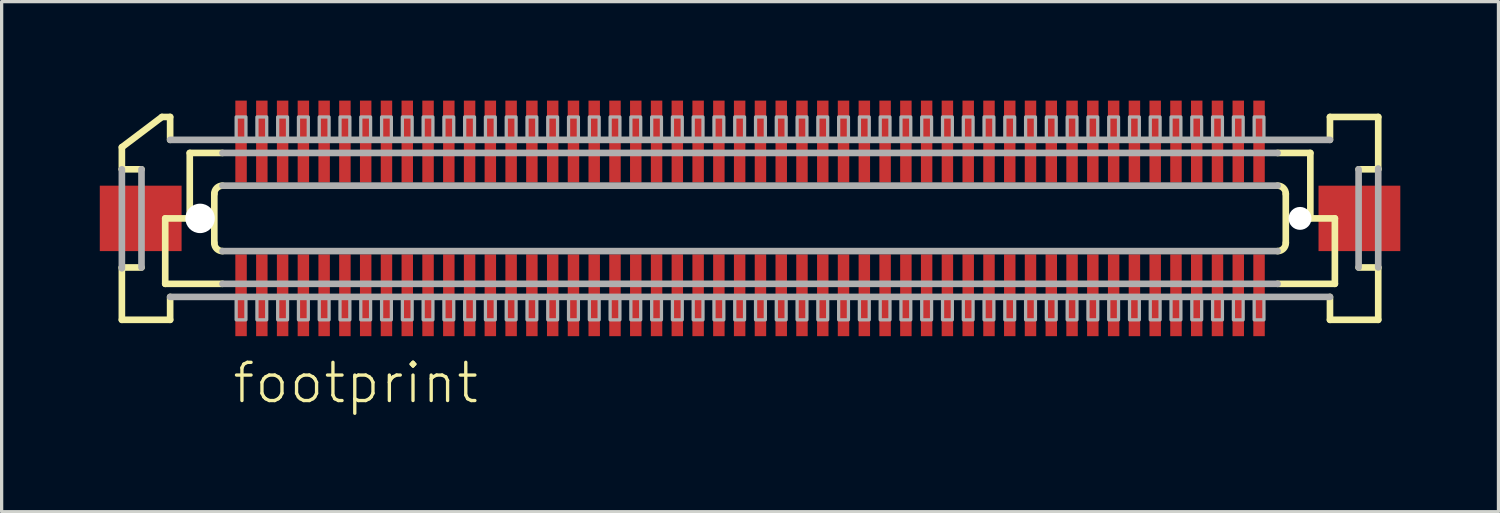
<source format=kicad_pcb>
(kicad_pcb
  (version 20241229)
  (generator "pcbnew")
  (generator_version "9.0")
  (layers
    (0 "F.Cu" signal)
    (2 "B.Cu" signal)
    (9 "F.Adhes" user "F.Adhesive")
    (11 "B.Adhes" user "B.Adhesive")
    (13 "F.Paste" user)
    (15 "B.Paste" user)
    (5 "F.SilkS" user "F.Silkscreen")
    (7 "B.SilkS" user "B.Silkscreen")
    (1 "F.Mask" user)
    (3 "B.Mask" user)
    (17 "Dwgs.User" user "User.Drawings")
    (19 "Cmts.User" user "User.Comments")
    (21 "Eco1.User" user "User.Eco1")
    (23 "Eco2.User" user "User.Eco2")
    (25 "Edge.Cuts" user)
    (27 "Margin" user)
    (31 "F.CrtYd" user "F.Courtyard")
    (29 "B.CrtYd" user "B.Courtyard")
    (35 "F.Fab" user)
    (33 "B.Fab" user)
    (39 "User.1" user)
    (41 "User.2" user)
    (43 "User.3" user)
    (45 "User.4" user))
  (footprint "footprint"
    (layer "F.Cu")
    (at 19.875 3.625)
    (property "Reference" "footprint" (at -15.875 5.715 0) (layer "F.SilkS") (effects (font (size 1.168 1.168) (thickness 0.102)) (justify left bottom)))
    (fp_poly (pts (xy -15.758 -1.075) (xy -15.357 -1.075) (xy -15.357 -3.625) (xy -15.758 -3.625)) (stroke (width 0) (type solid)) (fill yes) (layer "F.Mask"))
    (fp_poly (pts (xy -15.357 1.075) (xy -15.758 1.075) (xy -15.758 3.625) (xy -15.357 3.625)) (stroke (width 0) (type solid)) (fill yes) (layer "F.Mask"))
    (fp_poly (pts (xy -15.123 -1.075) (xy -14.723 -1.075) (xy -14.723 -3.625) (xy -15.123 -3.625)) (stroke (width 0) (type solid)) (fill yes) (layer "F.Mask"))
    (fp_poly (pts (xy -14.723 1.075) (xy -15.123 1.075) (xy -15.123 3.625) (xy -14.723 3.625)) (stroke (width 0) (type solid)) (fill yes) (layer "F.Mask"))
    (fp_poly (pts (xy -14.488 -1.075) (xy -14.088 -1.075) (xy -14.088 -3.625) (xy -14.488 -3.625)) (stroke (width 0) (type solid)) (fill yes) (layer "F.Mask"))
    (fp_poly (pts (xy -14.088 1.075) (xy -14.488 1.075) (xy -14.488 3.625) (xy -14.088 3.625)) (stroke (width 0) (type solid)) (fill yes) (layer "F.Mask"))
    (fp_poly (pts (xy -13.852 -1.075) (xy -13.453 -1.075) (xy -13.453 -3.625) (xy -13.852 -3.625)) (stroke (width 0) (type solid)) (fill yes) (layer "F.Mask"))
    (fp_poly (pts (xy -13.453 1.075) (xy -13.852 1.075) (xy -13.852 3.625) (xy -13.453 3.625)) (stroke (width 0) (type solid)) (fill yes) (layer "F.Mask"))
    (fp_poly (pts (xy -13.217 -1.075) (xy -12.818 -1.075) (xy -12.818 -3.625) (xy -13.217 -3.625)) (stroke (width 0) (type solid)) (fill yes) (layer "F.Mask"))
    (fp_poly (pts (xy -12.818 1.075) (xy -13.217 1.075) (xy -13.217 3.625) (xy -12.818 3.625)) (stroke (width 0) (type solid)) (fill yes) (layer "F.Mask"))
    (fp_poly (pts (xy -12.582 -1.075) (xy -12.182 -1.075) (xy -12.182 -3.625) (xy -12.582 -3.625)) (stroke (width 0) (type solid)) (fill yes) (layer "F.Mask"))
    (fp_poly (pts (xy -12.182 1.075) (xy -12.582 1.075) (xy -12.582 3.625) (xy -12.182 3.625)) (stroke (width 0) (type solid)) (fill yes) (layer "F.Mask"))
    (fp_poly (pts (xy -11.947 -1.075) (xy -11.547 -1.075) (xy -11.547 -3.625) (xy -11.947 -3.625)) (stroke (width 0) (type solid)) (fill yes) (layer "F.Mask"))
    (fp_poly (pts (xy -11.547 1.075) (xy -11.947 1.075) (xy -11.947 3.625) (xy -11.547 3.625)) (stroke (width 0) (type solid)) (fill yes) (layer "F.Mask"))
    (fp_poly (pts (xy -11.312 -1.075) (xy -10.912 -1.075) (xy -10.912 -3.625) (xy -11.312 -3.625)) (stroke (width 0) (type solid)) (fill yes) (layer "F.Mask"))
    (fp_poly (pts (xy -10.912 1.075) (xy -11.312 1.075) (xy -11.312 3.625) (xy -10.912 3.625)) (stroke (width 0) (type solid)) (fill yes) (layer "F.Mask"))
    (fp_poly (pts (xy -10.678 -1.075) (xy -10.277 -1.075) (xy -10.277 -3.625) (xy -10.678 -3.625)) (stroke (width 0) (type solid)) (fill yes) (layer "F.Mask"))
    (fp_poly (pts (xy -10.277 1.075) (xy -10.678 1.075) (xy -10.678 3.625) (xy -10.277 3.625)) (stroke (width 0) (type solid)) (fill yes) (layer "F.Mask"))
    (fp_poly (pts (xy -10.043 -1.075) (xy -9.643 -1.075) (xy -9.643 -3.625) (xy -10.043 -3.625)) (stroke (width 0) (type solid)) (fill yes) (layer "F.Mask"))
    (fp_poly (pts (xy -9.643 1.075) (xy -10.043 1.075) (xy -10.043 3.625) (xy -9.643 3.625)) (stroke (width 0) (type solid)) (fill yes) (layer "F.Mask"))
    (fp_poly (pts (xy -9.408 -1.075) (xy -9.008 -1.075) (xy -9.008 -3.625) (xy -9.408 -3.625)) (stroke (width 0) (type solid)) (fill yes) (layer "F.Mask"))
    (fp_poly (pts (xy -9.008 1.075) (xy -9.408 1.075) (xy -9.408 3.625) (xy -9.008 3.625)) (stroke (width 0) (type solid)) (fill yes) (layer "F.Mask"))
    (fp_poly (pts (xy -8.773 -1.075) (xy -8.373 -1.075) (xy -8.373 -3.625) (xy -8.773 -3.625)) (stroke (width 0) (type solid)) (fill yes) (layer "F.Mask"))
    (fp_poly (pts (xy -8.373 1.075) (xy -8.773 1.075) (xy -8.773 3.625) (xy -8.373 3.625)) (stroke (width 0) (type solid)) (fill yes) (layer "F.Mask"))
    (fp_poly (pts (xy -8.137 -1.075) (xy -7.737 -1.075) (xy -7.737 -3.625) (xy -8.137 -3.625)) (stroke (width 0) (type solid)) (fill yes) (layer "F.Mask"))
    (fp_poly (pts (xy -7.737 1.075) (xy -8.137 1.075) (xy -8.137 3.625) (xy -7.737 3.625)) (stroke (width 0) (type solid)) (fill yes) (layer "F.Mask"))
    (fp_poly (pts (xy -7.503 -1.075) (xy -7.103 -1.075) (xy -7.103 -3.625) (xy -7.503 -3.625)) (stroke (width 0) (type solid)) (fill yes) (layer "F.Mask"))
    (fp_poly (pts (xy -7.103 1.075) (xy -7.503 1.075) (xy -7.503 3.625) (xy -7.103 3.625)) (stroke (width 0) (type solid)) (fill yes) (layer "F.Mask"))
    (fp_poly (pts (xy -6.867 -1.075) (xy -6.468 -1.075) (xy -6.468 -3.625) (xy -6.867 -3.625)) (stroke (width 0) (type solid)) (fill yes) (layer "F.Mask"))
    (fp_poly (pts (xy -6.468 1.075) (xy -6.867 1.075) (xy -6.867 3.625) (xy -6.468 3.625)) (stroke (width 0) (type solid)) (fill yes) (layer "F.Mask"))
    (fp_poly (pts (xy -6.232 -1.075) (xy -5.832 -1.075) (xy -5.832 -3.625) (xy -6.232 -3.625)) (stroke (width 0) (type solid)) (fill yes) (layer "F.Mask"))
    (fp_poly (pts (xy -5.832 1.075) (xy -6.232 1.075) (xy -6.232 3.625) (xy -5.832 3.625)) (stroke (width 0) (type solid)) (fill yes) (layer "F.Mask"))
    (fp_poly (pts (xy -5.598 -1.075) (xy -5.197 -1.075) (xy -5.197 -3.625) (xy -5.598 -3.625)) (stroke (width 0) (type solid)) (fill yes) (layer "F.Mask"))
    (fp_poly (pts (xy -5.197 1.075) (xy -5.598 1.075) (xy -5.598 3.625) (xy -5.197 3.625)) (stroke (width 0) (type solid)) (fill yes) (layer "F.Mask"))
    (fp_poly (pts (xy -4.963 -1.075) (xy -4.562 -1.075) (xy -4.562 -3.625) (xy -4.963 -3.625)) (stroke (width 0) (type solid)) (fill yes) (layer "F.Mask"))
    (fp_poly (pts (xy -4.562 1.075) (xy -4.963 1.075) (xy -4.963 3.625) (xy -4.562 3.625)) (stroke (width 0) (type solid)) (fill yes) (layer "F.Mask"))
    (fp_poly (pts (xy -4.327 -1.075) (xy -3.928 -1.075) (xy -3.928 -3.625) (xy -4.327 -3.625)) (stroke (width 0) (type solid)) (fill yes) (layer "F.Mask"))
    (fp_poly (pts (xy -3.928 1.075) (xy -4.327 1.075) (xy -4.327 3.625) (xy -3.928 3.625)) (stroke (width 0) (type solid)) (fill yes) (layer "F.Mask"))
    (fp_poly (pts (xy -3.692 -1.075) (xy -3.292 -1.075) (xy -3.292 -3.625) (xy -3.692 -3.625)) (stroke (width 0) (type solid)) (fill yes) (layer "F.Mask"))
    (fp_poly (pts (xy -3.292 1.075) (xy -3.692 1.075) (xy -3.692 3.625) (xy -3.292 3.625)) (stroke (width 0) (type solid)) (fill yes) (layer "F.Mask"))
    (fp_poly (pts (xy -3.058 -1.075) (xy -2.658 -1.075) (xy -2.658 -3.625) (xy -3.058 -3.625)) (stroke (width 0) (type solid)) (fill yes) (layer "F.Mask"))
    (fp_poly (pts (xy -2.658 1.075) (xy -3.058 1.075) (xy -3.058 3.625) (xy -2.658 3.625)) (stroke (width 0) (type solid)) (fill yes) (layer "F.Mask"))
    (fp_poly (pts (xy -2.422 -1.075) (xy -2.022 -1.075) (xy -2.022 -3.625) (xy -2.422 -3.625)) (stroke (width 0) (type solid)) (fill yes) (layer "F.Mask"))
    (fp_poly (pts (xy -2.022 1.075) (xy -2.422 1.075) (xy -2.422 3.625) (xy -2.022 3.625)) (stroke (width 0) (type solid)) (fill yes) (layer "F.Mask"))
    (fp_poly (pts (xy -1.788 -1.075) (xy -1.387 -1.075) (xy -1.387 -3.625) (xy -1.788 -3.625)) (stroke (width 0) (type solid)) (fill yes) (layer "F.Mask"))
    (fp_poly (pts (xy -1.387 1.075) (xy -1.788 1.075) (xy -1.788 3.625) (xy -1.387 3.625)) (stroke (width 0) (type solid)) (fill yes) (layer "F.Mask"))
    (fp_poly (pts (xy -1.153 -1.075) (xy -0.752 -1.075) (xy -0.752 -3.625) (xy -1.153 -3.625)) (stroke (width 0) (type solid)) (fill yes) (layer "F.Mask"))
    (fp_poly (pts (xy -0.752 1.075) (xy -1.153 1.075) (xy -1.153 3.625) (xy -0.752 3.625)) (stroke (width 0) (type solid)) (fill yes) (layer "F.Mask"))
    (fp_poly (pts (xy -0.517 -1.075) (xy -0.117 -1.075) (xy -0.117 -3.625) (xy -0.517 -3.625)) (stroke (width 0) (type solid)) (fill yes) (layer "F.Mask"))
    (fp_poly (pts (xy -0.117 1.075) (xy -0.517 1.075) (xy -0.517 3.625) (xy -0.117 3.625)) (stroke (width 0) (type solid)) (fill yes) (layer "F.Mask"))
    (fp_poly (pts (xy 0.117 -1.075) (xy 0.517 -1.075) (xy 0.517 -3.625) (xy 0.117 -3.625)) (stroke (width 0) (type solid)) (fill yes) (layer "F.Mask"))
    (fp_poly (pts (xy 0.517 1.075) (xy 0.117 1.075) (xy 0.117 3.625) (xy 0.517 3.625)) (stroke (width 0) (type solid)) (fill yes) (layer "F.Mask"))
    (fp_poly (pts (xy 0.752 -1.075) (xy 1.153 -1.075) (xy 1.153 -3.625) (xy 0.752 -3.625)) (stroke (width 0) (type solid)) (fill yes) (layer "F.Mask"))
    (fp_poly (pts (xy 1.153 1.075) (xy 0.752 1.075) (xy 0.752 3.625) (xy 1.153 3.625)) (stroke (width 0) (type solid)) (fill yes) (layer "F.Mask"))
    (fp_poly (pts (xy 1.387 -1.075) (xy 1.788 -1.075) (xy 1.788 -3.625) (xy 1.387 -3.625)) (stroke (width 0) (type solid)) (fill yes) (layer "F.Mask"))
    (fp_poly (pts (xy 1.788 1.075) (xy 1.387 1.075) (xy 1.387 3.625) (xy 1.788 3.625)) (stroke (width 0) (type solid)) (fill yes) (layer "F.Mask"))
    (fp_poly (pts (xy 2.022 -1.075) (xy 2.422 -1.075) (xy 2.422 -3.625) (xy 2.022 -3.625)) (stroke (width 0) (type solid)) (fill yes) (layer "F.Mask"))
    (fp_poly (pts (xy 2.422 1.075) (xy 2.022 1.075) (xy 2.022 3.625) (xy 2.422 3.625)) (stroke (width 0) (type solid)) (fill yes) (layer "F.Mask"))
    (fp_poly (pts (xy 2.658 -1.075) (xy 3.058 -1.075) (xy 3.058 -3.625) (xy 2.658 -3.625)) (stroke (width 0) (type solid)) (fill yes) (layer "F.Mask"))
    (fp_poly (pts (xy 3.058 1.075) (xy 2.658 1.075) (xy 2.658 3.625) (xy 3.058 3.625)) (stroke (width 0) (type solid)) (fill yes) (layer "F.Mask"))
    (fp_poly (pts (xy 3.292 -1.075) (xy 3.692 -1.075) (xy 3.692 -3.625) (xy 3.292 -3.625)) (stroke (width 0) (type solid)) (fill yes) (layer "F.Mask"))
    (fp_poly (pts (xy 3.692 1.075) (xy 3.292 1.075) (xy 3.292 3.625) (xy 3.692 3.625)) (stroke (width 0) (type solid)) (fill yes) (layer "F.Mask"))
    (fp_poly (pts (xy 3.928 -1.075) (xy 4.327 -1.075) (xy 4.327 -3.625) (xy 3.928 -3.625)) (stroke (width 0) (type solid)) (fill yes) (layer "F.Mask"))
    (fp_poly (pts (xy 4.327 1.075) (xy 3.928 1.075) (xy 3.928 3.625) (xy 4.327 3.625)) (stroke (width 0) (type solid)) (fill yes) (layer "F.Mask"))
    (fp_poly (pts (xy 4.562 -1.075) (xy 4.963 -1.075) (xy 4.963 -3.625) (xy 4.562 -3.625)) (stroke (width 0) (type solid)) (fill yes) (layer "F.Mask"))
    (fp_poly (pts (xy 4.963 1.075) (xy 4.562 1.075) (xy 4.562 3.625) (xy 4.963 3.625)) (stroke (width 0) (type solid)) (fill yes) (layer "F.Mask"))
    (fp_poly (pts (xy 5.197 -1.075) (xy 5.598 -1.075) (xy 5.598 -3.625) (xy 5.197 -3.625)) (stroke (width 0) (type solid)) (fill yes) (layer "F.Mask"))
    (fp_poly (pts (xy 5.598 1.075) (xy 5.197 1.075) (xy 5.197 3.625) (xy 5.598 3.625)) (stroke (width 0) (type solid)) (fill yes) (layer "F.Mask"))
    (fp_poly (pts (xy 5.832 -1.075) (xy 6.232 -1.075) (xy 6.232 -3.625) (xy 5.832 -3.625)) (stroke (width 0) (type solid)) (fill yes) (layer "F.Mask"))
    (fp_poly (pts (xy 6.232 1.075) (xy 5.832 1.075) (xy 5.832 3.625) (xy 6.232 3.625)) (stroke (width 0) (type solid)) (fill yes) (layer "F.Mask"))
    (fp_poly (pts (xy 6.468 -1.075) (xy 6.867 -1.075) (xy 6.867 -3.625) (xy 6.468 -3.625)) (stroke (width 0) (type solid)) (fill yes) (layer "F.Mask"))
    (fp_poly (pts (xy 6.867 1.075) (xy 6.468 1.075) (xy 6.468 3.625) (xy 6.867 3.625)) (stroke (width 0) (type solid)) (fill yes) (layer "F.Mask"))
    (fp_poly (pts (xy 7.103 -1.075) (xy 7.503 -1.075) (xy 7.503 -3.625) (xy 7.103 -3.625)) (stroke (width 0) (type solid)) (fill yes) (layer "F.Mask"))
    (fp_poly (pts (xy 7.503 1.075) (xy 7.103 1.075) (xy 7.103 3.625) (xy 7.503 3.625)) (stroke (width 0) (type solid)) (fill yes) (layer "F.Mask"))
    (fp_poly (pts (xy 7.737 -1.075) (xy 8.137 -1.075) (xy 8.137 -3.625) (xy 7.737 -3.625)) (stroke (width 0) (type solid)) (fill yes) (layer "F.Mask"))
    (fp_poly (pts (xy 8.137 1.075) (xy 7.737 1.075) (xy 7.737 3.625) (xy 8.137 3.625)) (stroke (width 0) (type solid)) (fill yes) (layer "F.Mask"))
    (fp_poly (pts (xy 8.373 -1.075) (xy 8.773 -1.075) (xy 8.773 -3.625) (xy 8.373 -3.625)) (stroke (width 0) (type solid)) (fill yes) (layer "F.Mask"))
    (fp_poly (pts (xy 8.773 1.075) (xy 8.373 1.075) (xy 8.373 3.625) (xy 8.773 3.625)) (stroke (width 0) (type solid)) (fill yes) (layer "F.Mask"))
    (fp_poly (pts (xy 9.008 -1.075) (xy 9.408 -1.075) (xy 9.408 -3.625) (xy 9.008 -3.625)) (stroke (width 0) (type solid)) (fill yes) (layer "F.Mask"))
    (fp_poly (pts (xy 9.408 1.075) (xy 9.008 1.075) (xy 9.008 3.625) (xy 9.408 3.625)) (stroke (width 0) (type solid)) (fill yes) (layer "F.Mask"))
    (fp_poly (pts (xy 9.643 -1.075) (xy 10.043 -1.075) (xy 10.043 -3.625) (xy 9.643 -3.625)) (stroke (width 0) (type solid)) (fill yes) (layer "F.Mask"))
    (fp_poly (pts (xy 10.043 1.075) (xy 9.643 1.075) (xy 9.643 3.625) (xy 10.043 3.625)) (stroke (width 0) (type solid)) (fill yes) (layer "F.Mask"))
    (fp_poly (pts (xy 10.277 -1.075) (xy 10.678 -1.075) (xy 10.678 -3.625) (xy 10.277 -3.625)) (stroke (width 0) (type solid)) (fill yes) (layer "F.Mask"))
    (fp_poly (pts (xy 10.678 1.075) (xy 10.277 1.075) (xy 10.277 3.625) (xy 10.678 3.625)) (stroke (width 0) (type solid)) (fill yes) (layer "F.Mask"))
    (fp_poly (pts (xy 10.912 -1.075) (xy 11.312 -1.075) (xy 11.312 -3.625) (xy 10.912 -3.625)) (stroke (width 0) (type solid)) (fill yes) (layer "F.Mask"))
    (fp_poly (pts (xy 11.312 1.075) (xy 10.912 1.075) (xy 10.912 3.625) (xy 11.312 3.625)) (stroke (width 0) (type solid)) (fill yes) (layer "F.Mask"))
    (fp_poly (pts (xy 11.547 -1.075) (xy 11.947 -1.075) (xy 11.947 -3.625) (xy 11.547 -3.625)) (stroke (width 0) (type solid)) (fill yes) (layer "F.Mask"))
    (fp_poly (pts (xy 11.947 1.075) (xy 11.547 1.075) (xy 11.547 3.625) (xy 11.947 3.625)) (stroke (width 0) (type solid)) (fill yes) (layer "F.Mask"))
    (fp_poly (pts (xy 12.182 -1.075) (xy 12.582 -1.075) (xy 12.582 -3.625) (xy 12.182 -3.625)) (stroke (width 0) (type solid)) (fill yes) (layer "F.Mask"))
    (fp_poly (pts (xy 12.582 1.075) (xy 12.182 1.075) (xy 12.182 3.625) (xy 12.582 3.625)) (stroke (width 0) (type solid)) (fill yes) (layer "F.Mask"))
    (fp_poly (pts (xy 12.818 -1.075) (xy 13.217 -1.075) (xy 13.217 -3.625) (xy 12.818 -3.625)) (stroke (width 0) (type solid)) (fill yes) (layer "F.Mask"))
    (fp_poly (pts (xy 13.217 1.075) (xy 12.818 1.075) (xy 12.818 3.625) (xy 13.217 3.625)) (stroke (width 0) (type solid)) (fill yes) (layer "F.Mask"))
    (fp_poly (pts (xy 13.453 -1.075) (xy 13.852 -1.075) (xy 13.852 -3.625) (xy 13.453 -3.625)) (stroke (width 0) (type solid)) (fill yes) (layer "F.Mask"))
    (fp_poly (pts (xy 13.852 1.075) (xy 13.453 1.075) (xy 13.453 3.625) (xy 13.852 3.625)) (stroke (width 0) (type solid)) (fill yes) (layer "F.Mask"))
    (fp_poly (pts (xy 14.088 -1.075) (xy 14.488 -1.075) (xy 14.488 -3.625) (xy 14.088 -3.625)) (stroke (width 0) (type solid)) (fill yes) (layer "F.Mask"))
    (fp_poly (pts (xy 14.488 1.075) (xy 14.088 1.075) (xy 14.088 3.625) (xy 14.488 3.625)) (stroke (width 0) (type solid)) (fill yes) (layer "F.Mask"))
    (fp_poly (pts (xy 14.723 -1.075) (xy 15.123 -1.075) (xy 15.123 -3.625) (xy 14.723 -3.625)) (stroke (width 0) (type solid)) (fill yes) (layer "F.Mask"))
    (fp_poly (pts (xy 15.123 1.075) (xy 14.723 1.075) (xy 14.723 3.625) (xy 15.123 3.625)) (stroke (width 0) (type solid)) (fill yes) (layer "F.Mask"))
    (fp_poly (pts (xy 15.357 -1.075) (xy 15.758 -1.075) (xy 15.758 -3.625) (xy 15.357 -3.625)) (stroke (width 0) (type solid)) (fill yes) (layer "F.Mask"))
    (fp_poly (pts (xy 15.758 1.075) (xy 15.357 1.075) (xy 15.357 3.625) (xy 15.758 3.625)) (stroke (width 0) (type solid)) (fill yes) (layer "F.Mask"))
    (fp_line (start -19.2 -1.5) (end -19.2 -2.175) (stroke (width 0.203) (type solid)) (layer "F.SilkS"))
    (fp_line (start -19.2 1.5) (end -18.6 1.5) (stroke (width 0.203) (type solid)) (layer "F.SilkS"))
    (fp_line (start -19.2 3.1) (end -19.2 1.5) (stroke (width 0.203) (type solid)) (layer "F.SilkS"))
    (fp_line (start -18.6 -1.5) (end -19.2 -1.5) (stroke (width 0.203) (type solid)) (layer "F.SilkS"))
    (fp_line (start -17.975 -3.1) (end -19.2 -2.175) (stroke (width 0.203) (type solid)) (layer "F.SilkS"))
    (fp_line (start -17.975 -3.1) (end -17.725 -3.1) (stroke (width 0.203) (type solid)) (layer "F.SilkS"))
    (fp_line (start -17.875 0) (end -17.875 2) (stroke (width 0.203) (type solid)) (layer "F.SilkS"))
    (fp_line (start -17.875 2) (end -16.125 2) (stroke (width 0.203) (type solid)) (layer "F.SilkS"))
    (fp_line (start -17.725 -3.1) (end -17.725 -2.4) (stroke (width 0.203) (type solid)) (layer "F.SilkS"))
    (fp_line (start -17.725 2.4) (end -17.725 3.1) (stroke (width 0.203) (type solid)) (layer "F.SilkS"))
    (fp_line (start -17.725 3.1) (end -19.2 3.1) (stroke (width 0.203) (type solid)) (layer "F.SilkS"))
    (fp_line (start -17.125 -2) (end -17.125 0) (stroke (width 0.203) (type solid)) (layer "F.SilkS"))
    (fp_line (start -17.125 0) (end -17.875 0) (stroke (width 0.203) (type solid)) (layer "F.SilkS"))
    (fp_line (start -16.375 0.75) (end -16.375 -0.75) (stroke (width 0.203) (type solid)) (layer "F.SilkS"))
    (fp_line (start -16.125 -2) (end -17.125 -2) (stroke (width 0.203) (type solid)) (layer "F.SilkS"))
    (fp_line (start 16.125 2) (end 17.875 2) (stroke (width 0.203) (type solid)) (layer "F.SilkS"))
    (fp_line (start 16.375 -0.75) (end 16.375 0.75) (stroke (width 0.203) (type solid)) (layer "F.SilkS"))
    (fp_line (start 17.125 -2) (end 16.125 -2) (stroke (width 0.203) (type solid)) (layer "F.SilkS"))
    (fp_line (start 17.125 -2) (end 17.125 0) (stroke (width 0.203) (type solid)) (layer "F.SilkS"))
    (fp_line (start 17.725 -3.1) (end 19.2 -3.1) (stroke (width 0.203) (type solid)) (layer "F.SilkS"))
    (fp_line (start 17.725 -2.4) (end 17.725 -3.1) (stroke (width 0.203) (type solid)) (layer "F.SilkS"))
    (fp_line (start 17.725 3.1) (end 17.725 2.4) (stroke (width 0.203) (type solid)) (layer "F.SilkS"))
    (fp_line (start 17.875 0) (end 17.125 0) (stroke (width 0.203) (type solid)) (layer "F.SilkS"))
    (fp_line (start 17.875 0) (end 17.875 2) (stroke (width 0.203) (type solid)) (layer "F.SilkS"))
    (fp_line (start 18.6 1.5) (end 19.2 1.5) (stroke (width 0.203) (type solid)) (layer "F.SilkS"))
    (fp_line (start 19.2 -3.1) (end 19.2 -1.5) (stroke (width 0.203) (type solid)) (layer "F.SilkS"))
    (fp_line (start 19.2 -1.5) (end 18.6 -1.5) (stroke (width 0.203) (type solid)) (layer "F.SilkS"))
    (fp_line (start 19.2 1.5) (end 19.2 3.1) (stroke (width 0.203) (type solid)) (layer "F.SilkS"))
    (fp_line (start 19.2 3.1) (end 17.725 3.1) (stroke (width 0.203) (type solid)) (layer "F.SilkS"))
    (fp_arc (start -16.375 -0.75) (mid -16.301777 -0.926777) (end -16.125 -1) (stroke (width 0.2032) (type solid)) (layer "F.SilkS"))
    (fp_arc (start -16.125 1) (mid -16.301777 0.926777) (end -16.375 0.75) (stroke (width 0.2032) (type solid)) (layer "F.SilkS"))
    (fp_arc (start 16.125 -1) (mid 16.301777 -0.926777) (end 16.375 -0.75) (stroke (width 0.2032) (type solid)) (layer "F.SilkS"))
    (fp_arc (start 16.375 0.75) (mid 16.301777 0.926777) (end 16.125 1) (stroke (width 0.2032) (type solid)) (layer "F.SilkS"))
    (fp_line (start -19.2 1.525) (end -19.2 -1.5) (stroke (width 0.203) (type solid)) (layer "F.Fab"))
    (fp_line (start -18.6 1.5) (end -18.6 -1.5) (stroke (width 0.203) (type solid)) (layer "F.Fab"))
    (fp_line (start -17.725 -2.4) (end 17.725 -2.4) (stroke (width 0.203) (type solid)) (layer "F.Fab"))
    (fp_line (start -16.125 -1) (end 16.125 -1) (stroke (width 0.203) (type solid)) (layer "F.Fab"))
    (fp_line (start -16.125 2) (end 16.125 2) (stroke (width 0.203) (type solid)) (layer "F.Fab"))
    (fp_line (start 16.125 -2) (end -16.125 -2) (stroke (width 0.203) (type solid)) (layer "F.Fab"))
    (fp_line (start 16.125 1) (end -16.125 1) (stroke (width 0.203) (type solid)) (layer "F.Fab"))
    (fp_line (start 17.725 2.4) (end -17.725 2.4) (stroke (width 0.203) (type solid)) (layer "F.Fab"))
    (fp_line (start 18.6 -1.5) (end 18.6 1.5) (stroke (width 0.203) (type solid)) (layer "F.Fab"))
    (fp_line (start 19.2 -1.525) (end 19.2 1.5) (stroke (width 0.203) (type solid)) (layer "F.Fab"))
    (fp_poly (pts (xy -15.707 3.1) (xy -15.408 3.1) (xy -15.408 2.375) (xy -15.707 2.375)) (stroke (width 0.1) (type solid)) (fill no) (layer "F.Fab"))
    (fp_poly (pts (xy -15.408 -3.1) (xy -15.707 -3.1) (xy -15.707 -2.375) (xy -15.408 -2.375)) (stroke (width 0.1) (type solid)) (fill no) (layer "F.Fab"))
    (fp_poly (pts (xy -15.072 3.1) (xy -14.773 3.1) (xy -14.773 2.375) (xy -15.072 2.375)) (stroke (width 0.1) (type solid)) (fill no) (layer "F.Fab"))
    (fp_poly (pts (xy -14.773 -3.1) (xy -15.072 -3.1) (xy -15.072 -2.375) (xy -14.773 -2.375)) (stroke (width 0.1) (type solid)) (fill no) (layer "F.Fab"))
    (fp_poly (pts (xy -14.438 3.1) (xy -14.137 3.1) (xy -14.137 2.375) (xy -14.438 2.375)) (stroke (width 0.1) (type solid)) (fill no) (layer "F.Fab"))
    (fp_poly (pts (xy -14.137 -3.1) (xy -14.438 -3.1) (xy -14.438 -2.375) (xy -14.137 -2.375)) (stroke (width 0.1) (type solid)) (fill no) (layer "F.Fab"))
    (fp_poly (pts (xy -13.803 3.1) (xy -13.502 3.1) (xy -13.502 2.375) (xy -13.803 2.375)) (stroke (width 0.1) (type solid)) (fill no) (layer "F.Fab"))
    (fp_poly (pts (xy -13.502 -3.1) (xy -13.803 -3.1) (xy -13.803 -2.375) (xy -13.502 -2.375)) (stroke (width 0.1) (type solid)) (fill no) (layer "F.Fab"))
    (fp_poly (pts (xy -13.168 3.1) (xy -12.867 3.1) (xy -12.867 2.375) (xy -13.168 2.375)) (stroke (width 0.1) (type solid)) (fill no) (layer "F.Fab"))
    (fp_poly (pts (xy -12.867 -3.1) (xy -13.168 -3.1) (xy -13.168 -2.375) (xy -12.867 -2.375)) (stroke (width 0.1) (type solid)) (fill no) (layer "F.Fab"))
    (fp_poly (pts (xy -12.533 3.1) (xy -12.232 3.1) (xy -12.232 2.375) (xy -12.533 2.375)) (stroke (width 0.1) (type solid)) (fill no) (layer "F.Fab"))
    (fp_poly (pts (xy -12.232 -3.1) (xy -12.533 -3.1) (xy -12.533 -2.375) (xy -12.232 -2.375)) (stroke (width 0.1) (type solid)) (fill no) (layer "F.Fab"))
    (fp_poly (pts (xy -11.898 3.1) (xy -11.598 3.1) (xy -11.598 2.375) (xy -11.898 2.375)) (stroke (width 0.1) (type solid)) (fill no) (layer "F.Fab"))
    (fp_poly (pts (xy -11.598 -3.1) (xy -11.898 -3.1) (xy -11.898 -2.375) (xy -11.598 -2.375)) (stroke (width 0.1) (type solid)) (fill no) (layer "F.Fab"))
    (fp_poly (pts (xy -11.262 3.1) (xy -10.963 3.1) (xy -10.963 2.375) (xy -11.262 2.375)) (stroke (width 0.1) (type solid)) (fill no) (layer "F.Fab"))
    (fp_poly (pts (xy -10.963 -3.1) (xy -11.262 -3.1) (xy -11.262 -2.375) (xy -10.963 -2.375)) (stroke (width 0.1) (type solid)) (fill no) (layer "F.Fab"))
    (fp_poly (pts (xy -10.627 3.1) (xy -10.328 3.1) (xy -10.328 2.375) (xy -10.627 2.375)) (stroke (width 0.1) (type solid)) (fill no) (layer "F.Fab"))
    (fp_poly (pts (xy -10.328 -3.1) (xy -10.627 -3.1) (xy -10.627 -2.375) (xy -10.328 -2.375)) (stroke (width 0.1) (type solid)) (fill no) (layer "F.Fab"))
    (fp_poly (pts (xy -9.992 3.1) (xy -9.693 3.1) (xy -9.693 2.375) (xy -9.992 2.375)) (stroke (width 0.1) (type solid)) (fill no) (layer "F.Fab"))
    (fp_poly (pts (xy -9.693 -3.1) (xy -9.992 -3.1) (xy -9.992 -2.375) (xy -9.693 -2.375)) (stroke (width 0.1) (type solid)) (fill no) (layer "F.Fab"))
    (fp_poly (pts (xy -9.357 3.1) (xy -9.057 3.1) (xy -9.057 2.375) (xy -9.357 2.375)) (stroke (width 0.1) (type solid)) (fill no) (layer "F.Fab"))
    (fp_poly (pts (xy -9.057 -3.1) (xy -9.357 -3.1) (xy -9.357 -2.375) (xy -9.057 -2.375)) (stroke (width 0.1) (type solid)) (fill no) (layer "F.Fab"))
    (fp_poly (pts (xy -8.723 3.1) (xy -8.422 3.1) (xy -8.422 2.375) (xy -8.723 2.375)) (stroke (width 0.1) (type solid)) (fill no) (layer "F.Fab"))
    (fp_poly (pts (xy -8.422 -3.1) (xy -8.723 -3.1) (xy -8.723 -2.375) (xy -8.422 -2.375)) (stroke (width 0.1) (type solid)) (fill no) (layer "F.Fab"))
    (fp_poly (pts (xy -8.088 3.1) (xy -7.787 3.1) (xy -7.787 2.375) (xy -8.088 2.375)) (stroke (width 0.1) (type solid)) (fill no) (layer "F.Fab"))
    (fp_poly (pts (xy -7.787 -3.1) (xy -8.088 -3.1) (xy -8.088 -2.375) (xy -7.787 -2.375)) (stroke (width 0.1) (type solid)) (fill no) (layer "F.Fab"))
    (fp_poly (pts (xy -7.452 3.1) (xy -7.152 3.1) (xy -7.152 2.375) (xy -7.452 2.375)) (stroke (width 0.1) (type solid)) (fill no) (layer "F.Fab"))
    (fp_poly (pts (xy -7.152 -3.1) (xy -7.452 -3.1) (xy -7.452 -2.375) (xy -7.152 -2.375)) (stroke (width 0.1) (type solid)) (fill no) (layer "F.Fab"))
    (fp_poly (pts (xy -6.817 3.1) (xy -6.518 3.1) (xy -6.518 2.375) (xy -6.817 2.375)) (stroke (width 0.1) (type solid)) (fill no) (layer "F.Fab"))
    (fp_poly (pts (xy -6.518 -3.1) (xy -6.817 -3.1) (xy -6.817 -2.375) (xy -6.518 -2.375)) (stroke (width 0.1) (type solid)) (fill no) (layer "F.Fab"))
    (fp_poly (pts (xy -6.183 3.1) (xy -5.883 3.1) (xy -5.883 2.375) (xy -6.183 2.375)) (stroke (width 0.1) (type solid)) (fill no) (layer "F.Fab"))
    (fp_poly (pts (xy -5.883 -3.1) (xy -6.183 -3.1) (xy -6.183 -2.375) (xy -5.883 -2.375)) (stroke (width 0.1) (type solid)) (fill no) (layer "F.Fab"))
    (fp_poly (pts (xy -5.548 3.1) (xy -5.247 3.1) (xy -5.247 2.375) (xy -5.548 2.375)) (stroke (width 0.1) (type solid)) (fill no) (layer "F.Fab"))
    (fp_poly (pts (xy -5.247 -3.1) (xy -5.548 -3.1) (xy -5.548 -2.375) (xy -5.247 -2.375)) (stroke (width 0.1) (type solid)) (fill no) (layer "F.Fab"))
    (fp_poly (pts (xy -4.912 3.1) (xy -4.612 3.1) (xy -4.612 2.375) (xy -4.912 2.375)) (stroke (width 0.1) (type solid)) (fill no) (layer "F.Fab"))
    (fp_poly (pts (xy -4.612 -3.1) (xy -4.912 -3.1) (xy -4.912 -2.375) (xy -4.612 -2.375)) (stroke (width 0.1) (type solid)) (fill no) (layer "F.Fab"))
    (fp_poly (pts (xy -4.277 3.1) (xy -3.978 3.1) (xy -3.978 2.375) (xy -4.277 2.375)) (stroke (width 0.1) (type solid)) (fill no) (layer "F.Fab"))
    (fp_poly (pts (xy -3.978 -3.1) (xy -4.277 -3.1) (xy -4.277 -2.375) (xy -3.978 -2.375)) (stroke (width 0.1) (type solid)) (fill no) (layer "F.Fab"))
    (fp_poly (pts (xy -3.643 3.1) (xy -3.342 3.1) (xy -3.342 2.375) (xy -3.643 2.375)) (stroke (width 0.1) (type solid)) (fill no) (layer "F.Fab"))
    (fp_poly (pts (xy -3.342 -3.1) (xy -3.643 -3.1) (xy -3.643 -2.375) (xy -3.342 -2.375)) (stroke (width 0.1) (type solid)) (fill no) (layer "F.Fab"))
    (fp_poly (pts (xy -3.007 3.1) (xy -2.708 3.1) (xy -2.708 2.375) (xy -3.007 2.375)) (stroke (width 0.1) (type solid)) (fill no) (layer "F.Fab"))
    (fp_poly (pts (xy -2.708 -3.1) (xy -3.007 -3.1) (xy -3.007 -2.375) (xy -2.708 -2.375)) (stroke (width 0.1) (type solid)) (fill no) (layer "F.Fab"))
    (fp_poly (pts (xy -2.373 3.1) (xy -2.072 3.1) (xy -2.072 2.375) (xy -2.373 2.375)) (stroke (width 0.1) (type solid)) (fill no) (layer "F.Fab"))
    (fp_poly (pts (xy -2.072 -3.1) (xy -2.373 -3.1) (xy -2.373 -2.375) (xy -2.072 -2.375)) (stroke (width 0.1) (type solid)) (fill no) (layer "F.Fab"))
    (fp_poly (pts (xy -1.738 3.1) (xy -1.438 3.1) (xy -1.438 2.375) (xy -1.738 2.375)) (stroke (width 0.1) (type solid)) (fill no) (layer "F.Fab"))
    (fp_poly (pts (xy -1.438 -3.1) (xy -1.738 -3.1) (xy -1.738 -2.375) (xy -1.438 -2.375)) (stroke (width 0.1) (type solid)) (fill no) (layer "F.Fab"))
    (fp_poly (pts (xy -1.103 3.1) (xy -0.802 3.1) (xy -0.802 2.375) (xy -1.103 2.375)) (stroke (width 0.1) (type solid)) (fill no) (layer "F.Fab"))
    (fp_poly (pts (xy -0.802 -3.1) (xy -1.103 -3.1) (xy -1.103 -2.375) (xy -0.802 -2.375)) (stroke (width 0.1) (type solid)) (fill no) (layer "F.Fab"))
    (fp_poly (pts (xy -0.468 3.1) (xy -0.168 3.1) (xy -0.168 2.375) (xy -0.468 2.375)) (stroke (width 0.1) (type solid)) (fill no) (layer "F.Fab"))
    (fp_poly (pts (xy -0.168 -3.1) (xy -0.468 -3.1) (xy -0.468 -2.375) (xy -0.168 -2.375)) (stroke (width 0.1) (type solid)) (fill no) (layer "F.Fab"))
    (fp_poly (pts (xy 0.168 3.1) (xy 0.468 3.1) (xy 0.468 2.375) (xy 0.168 2.375)) (stroke (width 0.1) (type solid)) (fill no) (layer "F.Fab"))
    (fp_poly (pts (xy 0.468 -3.1) (xy 0.168 -3.1) (xy 0.168 -2.375) (xy 0.468 -2.375)) (stroke (width 0.1) (type solid)) (fill no) (layer "F.Fab"))
    (fp_poly (pts (xy 0.802 3.1) (xy 1.103 3.1) (xy 1.103 2.375) (xy 0.802 2.375)) (stroke (width 0.1) (type solid)) (fill no) (layer "F.Fab"))
    (fp_poly (pts (xy 1.103 -3.1) (xy 0.802 -3.1) (xy 0.802 -2.375) (xy 1.103 -2.375)) (stroke (width 0.1) (type solid)) (fill no) (layer "F.Fab"))
    (fp_poly (pts (xy 1.438 3.1) (xy 1.738 3.1) (xy 1.738 2.375) (xy 1.438 2.375)) (stroke (width 0.1) (type solid)) (fill no) (layer "F.Fab"))
    (fp_poly (pts (xy 1.738 -3.1) (xy 1.438 -3.1) (xy 1.438 -2.375) (xy 1.738 -2.375)) (stroke (width 0.1) (type solid)) (fill no) (layer "F.Fab"))
    (fp_poly (pts (xy 2.072 3.1) (xy 2.373 3.1) (xy 2.373 2.375) (xy 2.072 2.375)) (stroke (width 0.1) (type solid)) (fill no) (layer "F.Fab"))
    (fp_poly (pts (xy 2.373 -3.1) (xy 2.072 -3.1) (xy 2.072 -2.375) (xy 2.373 -2.375)) (stroke (width 0.1) (type solid)) (fill no) (layer "F.Fab"))
    (fp_poly (pts (xy 2.708 3.1) (xy 3.007 3.1) (xy 3.007 2.375) (xy 2.708 2.375)) (stroke (width 0.1) (type solid)) (fill no) (layer "F.Fab"))
    (fp_poly (pts (xy 3.007 -3.1) (xy 2.708 -3.1) (xy 2.708 -2.375) (xy 3.007 -2.375)) (stroke (width 0.1) (type solid)) (fill no) (layer "F.Fab"))
    (fp_poly (pts (xy 3.342 3.1) (xy 3.643 3.1) (xy 3.643 2.375) (xy 3.342 2.375)) (stroke (width 0.1) (type solid)) (fill no) (layer "F.Fab"))
    (fp_poly (pts (xy 3.643 -3.1) (xy 3.342 -3.1) (xy 3.342 -2.375) (xy 3.643 -2.375)) (stroke (width 0.1) (type solid)) (fill no) (layer "F.Fab"))
    (fp_poly (pts (xy 3.978 3.1) (xy 4.277 3.1) (xy 4.277 2.375) (xy 3.978 2.375)) (stroke (width 0.1) (type solid)) (fill no) (layer "F.Fab"))
    (fp_poly (pts (xy 4.277 -3.1) (xy 3.978 -3.1) (xy 3.978 -2.375) (xy 4.277 -2.375)) (stroke (width 0.1) (type solid)) (fill no) (layer "F.Fab"))
    (fp_poly (pts (xy 4.612 3.1) (xy 4.912 3.1) (xy 4.912 2.375) (xy 4.612 2.375)) (stroke (width 0.1) (type solid)) (fill no) (layer "F.Fab"))
    (fp_poly (pts (xy 4.912 -3.1) (xy 4.612 -3.1) (xy 4.612 -2.375) (xy 4.912 -2.375)) (stroke (width 0.1) (type solid)) (fill no) (layer "F.Fab"))
    (fp_poly (pts (xy 5.247 3.1) (xy 5.548 3.1) (xy 5.548 2.375) (xy 5.247 2.375)) (stroke (width 0.1) (type solid)) (fill no) (layer "F.Fab"))
    (fp_poly (pts (xy 5.548 -3.1) (xy 5.247 -3.1) (xy 5.247 -2.375) (xy 5.548 -2.375)) (stroke (width 0.1) (type solid)) (fill no) (layer "F.Fab"))
    (fp_poly (pts (xy 5.883 3.1) (xy 6.183 3.1) (xy 6.183 2.375) (xy 5.883 2.375)) (stroke (width 0.1) (type solid)) (fill no) (layer "F.Fab"))
    (fp_poly (pts (xy 6.183 -3.1) (xy 5.883 -3.1) (xy 5.883 -2.375) (xy 6.183 -2.375)) (stroke (width 0.1) (type solid)) (fill no) (layer "F.Fab"))
    (fp_poly (pts (xy 6.518 3.1) (xy 6.817 3.1) (xy 6.817 2.375) (xy 6.518 2.375)) (stroke (width 0.1) (type solid)) (fill no) (layer "F.Fab"))
    (fp_poly (pts (xy 6.817 -3.1) (xy 6.518 -3.1) (xy 6.518 -2.375) (xy 6.817 -2.375)) (stroke (width 0.1) (type solid)) (fill no) (layer "F.Fab"))
    (fp_poly (pts (xy 7.152 3.1) (xy 7.452 3.1) (xy 7.452 2.375) (xy 7.152 2.375)) (stroke (width 0.1) (type solid)) (fill no) (layer "F.Fab"))
    (fp_poly (pts (xy 7.452 -3.1) (xy 7.152 -3.1) (xy 7.152 -2.375) (xy 7.452 -2.375)) (stroke (width 0.1) (type solid)) (fill no) (layer "F.Fab"))
    (fp_poly (pts (xy 7.787 3.1) (xy 8.088 3.1) (xy 8.088 2.375) (xy 7.787 2.375)) (stroke (width 0.1) (type solid)) (fill no) (layer "F.Fab"))
    (fp_poly (pts (xy 8.088 -3.1) (xy 7.787 -3.1) (xy 7.787 -2.375) (xy 8.088 -2.375)) (stroke (width 0.1) (type solid)) (fill no) (layer "F.Fab"))
    (fp_poly (pts (xy 8.422 3.1) (xy 8.723 3.1) (xy 8.723 2.375) (xy 8.422 2.375)) (stroke (width 0.1) (type solid)) (fill no) (layer "F.Fab"))
    (fp_poly (pts (xy 8.723 -3.1) (xy 8.422 -3.1) (xy 8.422 -2.375) (xy 8.723 -2.375)) (stroke (width 0.1) (type solid)) (fill no) (layer "F.Fab"))
    (fp_poly (pts (xy 9.057 3.1) (xy 9.357 3.1) (xy 9.357 2.375) (xy 9.057 2.375)) (stroke (width 0.1) (type solid)) (fill no) (layer "F.Fab"))
    (fp_poly (pts (xy 9.357 -3.1) (xy 9.057 -3.1) (xy 9.057 -2.375) (xy 9.357 -2.375)) (stroke (width 0.1) (type solid)) (fill no) (layer "F.Fab"))
    (fp_poly (pts (xy 9.693 3.1) (xy 9.992 3.1) (xy 9.992 2.375) (xy 9.693 2.375)) (stroke (width 0.1) (type solid)) (fill no) (layer "F.Fab"))
    (fp_poly (pts (xy 9.992 -3.1) (xy 9.693 -3.1) (xy 9.693 -2.375) (xy 9.992 -2.375)) (stroke (width 0.1) (type solid)) (fill no) (layer "F.Fab"))
    (fp_poly (pts (xy 10.328 3.1) (xy 10.627 3.1) (xy 10.627 2.375) (xy 10.328 2.375)) (stroke (width 0.1) (type solid)) (fill no) (layer "F.Fab"))
    (fp_poly (pts (xy 10.627 -3.1) (xy 10.328 -3.1) (xy 10.328 -2.375) (xy 10.627 -2.375)) (stroke (width 0.1) (type solid)) (fill no) (layer "F.Fab"))
    (fp_poly (pts (xy 10.963 3.1) (xy 11.262 3.1) (xy 11.262 2.375) (xy 10.963 2.375)) (stroke (width 0.1) (type solid)) (fill no) (layer "F.Fab"))
    (fp_poly (pts (xy 11.262 -3.1) (xy 10.963 -3.1) (xy 10.963 -2.375) (xy 11.262 -2.375)) (stroke (width 0.1) (type solid)) (fill no) (layer "F.Fab"))
    (fp_poly (pts (xy 11.598 3.1) (xy 11.898 3.1) (xy 11.898 2.375) (xy 11.598 2.375)) (stroke (width 0.1) (type solid)) (fill no) (layer "F.Fab"))
    (fp_poly (pts (xy 11.898 -3.1) (xy 11.598 -3.1) (xy 11.598 -2.375) (xy 11.898 -2.375)) (stroke (width 0.1) (type solid)) (fill no) (layer "F.Fab"))
    (fp_poly (pts (xy 12.232 3.1) (xy 12.533 3.1) (xy 12.533 2.375) (xy 12.232 2.375)) (stroke (width 0.1) (type solid)) (fill no) (layer "F.Fab"))
    (fp_poly (pts (xy 12.533 -3.1) (xy 12.232 -3.1) (xy 12.232 -2.375) (xy 12.533 -2.375)) (stroke (width 0.1) (type solid)) (fill no) (layer "F.Fab"))
    (fp_poly (pts (xy 12.867 3.1) (xy 13.168 3.1) (xy 13.168 2.375) (xy 12.867 2.375)) (stroke (width 0.1) (type solid)) (fill no) (layer "F.Fab"))
    (fp_poly (pts (xy 13.168 -3.1) (xy 12.867 -3.1) (xy 12.867 -2.375) (xy 13.168 -2.375)) (stroke (width 0.1) (type solid)) (fill no) (layer "F.Fab"))
    (fp_poly (pts (xy 13.502 3.1) (xy 13.803 3.1) (xy 13.803 2.375) (xy 13.502 2.375)) (stroke (width 0.1) (type solid)) (fill no) (layer "F.Fab"))
    (fp_poly (pts (xy 13.803 -3.1) (xy 13.502 -3.1) (xy 13.502 -2.375) (xy 13.803 -2.375)) (stroke (width 0.1) (type solid)) (fill no) (layer "F.Fab"))
    (fp_poly (pts (xy 14.137 3.1) (xy 14.438 3.1) (xy 14.438 2.375) (xy 14.137 2.375)) (stroke (width 0.1) (type solid)) (fill no) (layer "F.Fab"))
    (fp_poly (pts (xy 14.438 -3.1) (xy 14.137 -3.1) (xy 14.137 -2.375) (xy 14.438 -2.375)) (stroke (width 0.1) (type solid)) (fill no) (layer "F.Fab"))
    (fp_poly (pts (xy 14.773 3.1) (xy 15.072 3.1) (xy 15.072 2.375) (xy 14.773 2.375)) (stroke (width 0.1) (type solid)) (fill no) (layer "F.Fab"))
    (fp_poly (pts (xy 15.072 -3.1) (xy 14.773 -3.1) (xy 14.773 -2.375) (xy 15.072 -2.375)) (stroke (width 0.1) (type solid)) (fill no) (layer "F.Fab"))
    (fp_poly (pts (xy 15.408 3.1) (xy 15.707 3.1) (xy 15.707 2.375) (xy 15.408 2.375)) (stroke (width 0.1) (type solid)) (fill no) (layer "F.Fab"))
    (fp_poly (pts (xy 15.707 -3.1) (xy 15.408 -3.1) (xy 15.408 -2.375) (xy 15.707 -2.375)) (stroke (width 0.1) (type solid)) (fill no) (layer "F.Fab"))
    (pad "" np_thru_hole circle (at -16.81 0) (size 0.9 0.9) (drill 0.9) (layers "*.Cu" "*.Mask"))
    (pad "" np_thru_hole circle (at 16.81 0) (size 0.7 0.7) (drill 0.7) (layers "*.Cu" "*.Mask"))
    (pad "1" smd rect (at -15.557 -2.35) (size 0.35 2.5) (layers "F.Cu" "F.Paste"))
    (pad "2" smd rect (at -15.557 2.35 180) (size 0.35 2.5) (layers "F.Cu" "F.Paste"))
    (pad "3" smd rect (at -14.922 -2.35) (size 0.35 2.5) (layers "F.Cu" "F.Paste"))
    (pad "4" smd rect (at -14.922 2.35 180) (size 0.35 2.5) (layers "F.Cu" "F.Paste"))
    (pad "5" smd rect (at -14.287 -2.35) (size 0.35 2.5) (layers "F.Cu" "F.Paste"))
    (pad "6" smd rect (at -14.287 2.35 180) (size 0.35 2.5) (layers "F.Cu" "F.Paste"))
    (pad "7" smd rect (at -13.652 -2.35) (size 0.35 2.5) (layers "F.Cu" "F.Paste"))
    (pad "8" smd rect (at -13.652 2.35 180) (size 0.35 2.5) (layers "F.Cu" "F.Paste"))
    (pad "9" smd rect (at -13.018 -2.35) (size 0.35 2.5) (layers "F.Cu" "F.Paste"))
    (pad "10" smd rect (at -13.018 2.35 180) (size 0.35 2.5) (layers "F.Cu" "F.Paste"))
    (pad "11" smd rect (at -12.383 -2.35) (size 0.35 2.5) (layers "F.Cu" "F.Paste"))
    (pad "12" smd rect (at -12.383 2.35 180) (size 0.35 2.5) (layers "F.Cu" "F.Paste"))
    (pad "13" smd rect (at -11.748 -2.35) (size 0.35 2.5) (layers "F.Cu" "F.Paste"))
    (pad "14" smd rect (at -11.748 2.35 180) (size 0.35 2.5) (layers "F.Cu" "F.Paste"))
    (pad "15" smd rect (at -11.113 -2.35) (size 0.35 2.5) (layers "F.Cu" "F.Paste"))
    (pad "16" smd rect (at -11.113 2.35 180) (size 0.35 2.5) (layers "F.Cu" "F.Paste"))
    (pad "17" smd rect (at -10.477 -2.35) (size 0.35 2.5) (layers "F.Cu" "F.Paste"))
    (pad "18" smd rect (at -10.477 2.35 180) (size 0.35 2.5) (layers "F.Cu" "F.Paste"))
    (pad "19" smd rect (at -9.842 -2.35) (size 0.35 2.5) (layers "F.Cu" "F.Paste"))
    (pad "20" smd rect (at -9.842 2.35 180) (size 0.35 2.5) (layers "F.Cu" "F.Paste"))
    (pad "21" smd rect (at -9.207 -2.35) (size 0.35 2.5) (layers "F.Cu" "F.Paste"))
    (pad "22" smd rect (at -9.207 2.35 180) (size 0.35 2.5) (layers "F.Cu" "F.Paste"))
    (pad "23" smd rect (at -8.572 -2.35) (size 0.35 2.5) (layers "F.Cu" "F.Paste"))
    (pad "24" smd rect (at -8.572 2.35 180) (size 0.35 2.5) (layers "F.Cu" "F.Paste"))
    (pad "25" smd rect (at -7.938 -2.35) (size 0.35 2.5) (layers "F.Cu" "F.Paste"))
    (pad "26" smd rect (at -7.938 2.35 180) (size 0.35 2.5) (layers "F.Cu" "F.Paste"))
    (pad "27" smd rect (at -7.303 -2.35) (size 0.35 2.5) (layers "F.Cu" "F.Paste"))
    (pad "28" smd rect (at -7.303 2.35 180) (size 0.35 2.5) (layers "F.Cu" "F.Paste"))
    (pad "29" smd rect (at -6.668 -2.35) (size 0.35 2.5) (layers "F.Cu" "F.Paste"))
    (pad "30" smd rect (at -6.668 2.35 180) (size 0.35 2.5) (layers "F.Cu" "F.Paste"))
    (pad "31" smd rect (at -6.032 -2.35) (size 0.35 2.5) (layers "F.Cu" "F.Paste"))
    (pad "32" smd rect (at -6.032 2.35 180) (size 0.35 2.5) (layers "F.Cu" "F.Paste"))
    (pad "33" smd rect (at -5.397 -2.35) (size 0.35 2.5) (layers "F.Cu" "F.Paste"))
    (pad "34" smd rect (at -5.397 2.35 180) (size 0.35 2.5) (layers "F.Cu" "F.Paste"))
    (pad "35" smd rect (at -4.763 -2.35) (size 0.35 2.5) (layers "F.Cu" "F.Paste"))
    (pad "36" smd rect (at -4.763 2.35 180) (size 0.35 2.5) (layers "F.Cu" "F.Paste"))
    (pad "37" smd rect (at -4.128 -2.35) (size 0.35 2.5) (layers "F.Cu" "F.Paste"))
    (pad "38" smd rect (at -4.128 2.35 180) (size 0.35 2.5) (layers "F.Cu" "F.Paste"))
    (pad "39" smd rect (at -3.493 -2.35) (size 0.35 2.5) (layers "F.Cu" "F.Paste"))
    (pad "40" smd rect (at -3.493 2.35 180) (size 0.35 2.5) (layers "F.Cu" "F.Paste"))
    (pad "41" smd rect (at -2.857 -2.35) (size 0.35 2.5) (layers "F.Cu" "F.Paste"))
    (pad "42" smd rect (at -2.857 2.35 180) (size 0.35 2.5) (layers "F.Cu" "F.Paste"))
    (pad "43" smd rect (at -2.223 -2.35) (size 0.35 2.5) (layers "F.Cu" "F.Paste"))
    (pad "44" smd rect (at -2.223 2.35 180) (size 0.35 2.5) (layers "F.Cu" "F.Paste"))
    (pad "45" smd rect (at -1.587 -2.35) (size 0.35 2.5) (layers "F.Cu" "F.Paste"))
    (pad "46" smd rect (at -1.587 2.35 180) (size 0.35 2.5) (layers "F.Cu" "F.Paste"))
    (pad "47" smd rect (at -0.953 -2.35) (size 0.35 2.5) (layers "F.Cu" "F.Paste"))
    (pad "48" smd rect (at -0.953 2.35 180) (size 0.35 2.5) (layers "F.Cu" "F.Paste"))
    (pad "49" smd rect (at -0.318 -2.35) (size 0.35 2.5) (layers "F.Cu" "F.Paste"))
    (pad "50" smd rect (at -0.318 2.35 180) (size 0.35 2.5) (layers "F.Cu" "F.Paste"))
    (pad "51" smd rect (at 0.318 -2.35) (size 0.35 2.5) (layers "F.Cu" "F.Paste"))
    (pad "52" smd rect (at 0.318 2.35 180) (size 0.35 2.5) (layers "F.Cu" "F.Paste"))
    (pad "53" smd rect (at 0.953 -2.35) (size 0.35 2.5) (layers "F.Cu" "F.Paste"))
    (pad "54" smd rect (at 0.953 2.35 180) (size 0.35 2.5) (layers "F.Cu" "F.Paste"))
    (pad "55" smd rect (at 1.587 -2.35) (size 0.35 2.5) (layers "F.Cu" "F.Paste"))
    (pad "56" smd rect (at 1.587 2.35 180) (size 0.35 2.5) (layers "F.Cu" "F.Paste"))
    (pad "57" smd rect (at 2.223 -2.35) (size 0.35 2.5) (layers "F.Cu" "F.Paste"))
    (pad "58" smd rect (at 2.223 2.35 180) (size 0.35 2.5) (layers "F.Cu" "F.Paste"))
    (pad "59" smd rect (at 2.857 -2.35) (size 0.35 2.5) (layers "F.Cu" "F.Paste"))
    (pad "60" smd rect (at 2.857 2.35 180) (size 0.35 2.5) (layers "F.Cu" "F.Paste"))
    (pad "61" smd rect (at 3.493 -2.35) (size 0.35 2.5) (layers "F.Cu" "F.Paste"))
    (pad "62" smd rect (at 3.493 2.35 180) (size 0.35 2.5) (layers "F.Cu" "F.Paste"))
    (pad "63" smd rect (at 4.128 -2.35) (size 0.35 2.5) (layers "F.Cu" "F.Paste"))
    (pad "64" smd rect (at 4.128 2.35 180) (size 0.35 2.5) (layers "F.Cu" "F.Paste"))
    (pad "65" smd rect (at 4.763 -2.35) (size 0.35 2.5) (layers "F.Cu" "F.Paste"))
    (pad "66" smd rect (at 4.763 2.35 180) (size 0.35 2.5) (layers "F.Cu" "F.Paste"))
    (pad "67" smd rect (at 5.397 -2.35) (size 0.35 2.5) (layers "F.Cu" "F.Paste"))
    (pad "68" smd rect (at 5.397 2.35 180) (size 0.35 2.5) (layers "F.Cu" "F.Paste"))
    (pad "69" smd rect (at 6.032 -2.35) (size 0.35 2.5) (layers "F.Cu" "F.Paste"))
    (pad "70" smd rect (at 6.032 2.35 180) (size 0.35 2.5) (layers "F.Cu" "F.Paste"))
    (pad "71" smd rect (at 6.668 -2.35) (size 0.35 2.5) (layers "F.Cu" "F.Paste"))
    (pad "72" smd rect (at 6.668 2.35 180) (size 0.35 2.5) (layers "F.Cu" "F.Paste"))
    (pad "73" smd rect (at 7.303 -2.35) (size 0.35 2.5) (layers "F.Cu" "F.Paste"))
    (pad "74" smd rect (at 7.303 2.35 180) (size 0.35 2.5) (layers "F.Cu" "F.Paste"))
    (pad "75" smd rect (at 7.938 -2.35) (size 0.35 2.5) (layers "F.Cu" "F.Paste"))
    (pad "76" smd rect (at 7.938 2.35 180) (size 0.35 2.5) (layers "F.Cu" "F.Paste"))
    (pad "77" smd rect (at 8.572 -2.35) (size 0.35 2.5) (layers "F.Cu" "F.Paste"))
    (pad "78" smd rect (at 8.572 2.35 180) (size 0.35 2.5) (layers "F.Cu" "F.Paste"))
    (pad "79" smd rect (at 9.207 -2.35) (size 0.35 2.5) (layers "F.Cu" "F.Paste"))
    (pad "80" smd rect (at 9.207 2.35 180) (size 0.35 2.5) (layers "F.Cu" "F.Paste"))
    (pad "81" smd rect (at 9.842 -2.35) (size 0.35 2.5) (layers "F.Cu" "F.Paste"))
    (pad "82" smd rect (at 9.842 2.35 180) (size 0.35 2.5) (layers "F.Cu" "F.Paste"))
    (pad "83" smd rect (at 10.477 -2.35) (size 0.35 2.5) (layers "F.Cu" "F.Paste"))
    (pad "84" smd rect (at 10.477 2.35 180) (size 0.35 2.5) (layers "F.Cu" "F.Paste"))
    (pad "85" smd rect (at 11.113 -2.35) (size 0.35 2.5) (layers "F.Cu" "F.Paste"))
    (pad "86" smd rect (at 11.113 2.35 180) (size 0.35 2.5) (layers "F.Cu" "F.Paste"))
    (pad "87" smd rect (at 11.748 -2.35) (size 0.35 2.5) (layers "F.Cu" "F.Paste"))
    (pad "88" smd rect (at 11.748 2.35 180) (size 0.35 2.5) (layers "F.Cu" "F.Paste"))
    (pad "89" smd rect (at 12.383 -2.35) (size 0.35 2.5) (layers "F.Cu" "F.Paste"))
    (pad "90" smd rect (at 12.383 2.35 180) (size 0.35 2.5) (layers "F.Cu" "F.Paste"))
    (pad "91" smd rect (at 13.018 -2.35) (size 0.35 2.5) (layers "F.Cu" "F.Paste"))
    (pad "92" smd rect (at 13.018 2.35 180) (size 0.35 2.5) (layers "F.Cu" "F.Paste"))
    (pad "93" smd rect (at 13.652 -2.35) (size 0.35 2.5) (layers "F.Cu" "F.Paste"))
    (pad "94" smd rect (at 13.652 2.35 180) (size 0.35 2.5) (layers "F.Cu" "F.Paste"))
    (pad "95" smd rect (at 14.287 -2.35) (size 0.35 2.5) (layers "F.Cu" "F.Paste"))
    (pad "96" smd rect (at 14.287 2.35 180) (size 0.35 2.5) (layers "F.Cu" "F.Paste"))
    (pad "97" smd rect (at 14.922 -2.35) (size 0.35 2.5) (layers "F.Cu" "F.Paste"))
    (pad "98" smd rect (at 14.922 2.35 180) (size 0.35 2.5) (layers "F.Cu" "F.Paste"))
    (pad "99" smd rect (at 15.557 -2.35) (size 0.35 2.5) (layers "F.Cu" "F.Paste"))
    (pad "100" smd rect (at 15.557 2.35 180) (size 0.35 2.5) (layers "F.Cu" "F.Paste"))
    (pad "M1" smd rect (at -18.625 0) (size 2.5 2) (layers "F.Cu" "F.Mask" "F.Paste"))
    (pad "M2" smd rect (at 18.625 0 180) (size 2.5 2) (layers "F.Cu" "F.Mask" "F.Paste")))
  (gr_rect
    (start -3 -3)
    (end 42.75 12.59)
    (stroke (width 0.1) (type default))
    (fill no)
    (layer "Edge.Cuts")))
</source>
